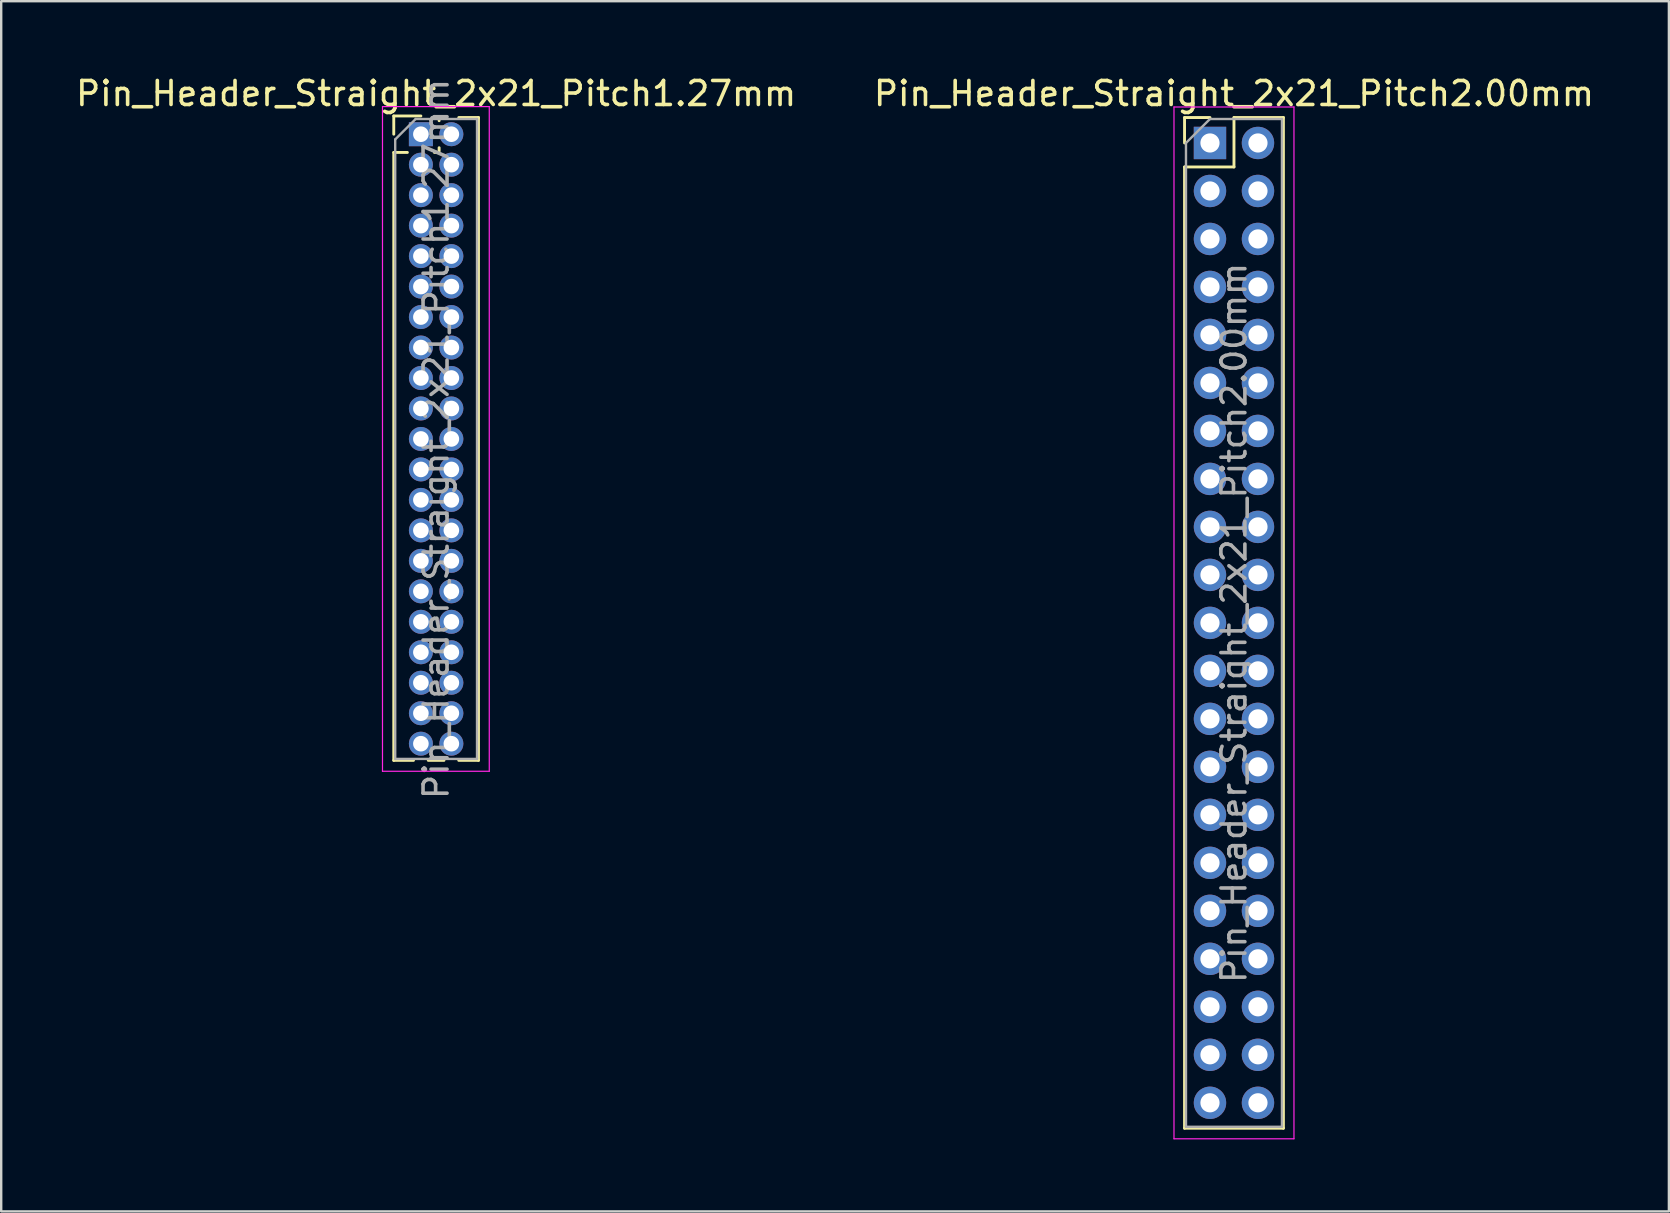
<source format=kicad_pcb>
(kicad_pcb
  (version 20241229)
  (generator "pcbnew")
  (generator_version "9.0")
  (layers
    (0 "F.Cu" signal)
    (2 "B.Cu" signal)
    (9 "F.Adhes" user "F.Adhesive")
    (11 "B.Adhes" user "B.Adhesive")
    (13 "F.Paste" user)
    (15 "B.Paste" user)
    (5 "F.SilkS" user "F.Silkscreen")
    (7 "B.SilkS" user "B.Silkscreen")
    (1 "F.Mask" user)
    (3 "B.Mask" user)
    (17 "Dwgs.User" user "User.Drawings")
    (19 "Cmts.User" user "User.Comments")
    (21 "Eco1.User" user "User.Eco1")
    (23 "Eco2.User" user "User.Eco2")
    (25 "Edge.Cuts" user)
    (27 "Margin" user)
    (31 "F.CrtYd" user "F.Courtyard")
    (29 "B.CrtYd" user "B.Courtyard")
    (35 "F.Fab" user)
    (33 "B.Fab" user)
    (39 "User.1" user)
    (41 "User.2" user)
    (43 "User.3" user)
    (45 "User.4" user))
  (footprint "Pin_Header_Straight_2x21_Pitch2.00mm"
    (layer "F.Cu")
    (at 47.375 2.908)
    (property "Reference" "Pin_Header_Straight_2x21_Pitch2.00mm" (at 1 -2.06 0) (layer "F.SilkS") (effects (font (size 1 1) (thickness 0.15))))
    (attr through_hole)
    (fp_line (start -1.06 -1.06) (end 0 -1.06) (stroke (width 0.12) (type solid)) (layer "F.SilkS"))
    (fp_line (start -1.06 0) (end -1.06 -1.06) (stroke (width 0.12) (type solid)) (layer "F.SilkS"))
    (fp_line (start -1.06 1) (end -1.06 41.06) (stroke (width 0.12) (type solid)) (layer "F.SilkS"))
    (fp_line (start -1.06 1) (end 1 1) (stroke (width 0.12) (type solid)) (layer "F.SilkS"))
    (fp_line (start -1.06 41.06) (end 3.06 41.06) (stroke (width 0.12) (type solid)) (layer "F.SilkS"))
    (fp_line (start 1 -1.06) (end 3.06 -1.06) (stroke (width 0.12) (type solid)) (layer "F.SilkS"))
    (fp_line (start 1 1) (end 1 -1.06) (stroke (width 0.12) (type solid)) (layer "F.SilkS"))
    (fp_line (start 3.06 -1.06) (end 3.06 41.06) (stroke (width 0.12) (type solid)) (layer "F.SilkS"))
    (fp_line (start -1.5 -1.5) (end -1.5 41.5) (stroke (width 0.05) (type solid)) (layer "F.CrtYd"))
    (fp_line (start -1.5 41.5) (end 3.5 41.5) (stroke (width 0.05) (type solid)) (layer "F.CrtYd"))
    (fp_line (start 3.5 -1.5) (end -1.5 -1.5) (stroke (width 0.05) (type solid)) (layer "F.CrtYd"))
    (fp_line (start 3.5 41.5) (end 3.5 -1.5) (stroke (width 0.05) (type solid)) (layer "F.CrtYd"))
    (fp_line (start -1 0) (end 0 -1) (stroke (width 0.1) (type solid)) (layer "F.Fab"))
    (fp_line (start -1 41) (end -1 0) (stroke (width 0.1) (type solid)) (layer "F.Fab"))
    (fp_line (start 0 -1) (end 3 -1) (stroke (width 0.1) (type solid)) (layer "F.Fab"))
    (fp_line (start 3 -1) (end 3 41) (stroke (width 0.1) (type solid)) (layer "F.Fab"))
    (fp_line (start 3 41) (end -1 41) (stroke (width 0.1) (type solid)) (layer "F.Fab"))
    (fp_text user "${REFERENCE}" (at 1 20 90) (layer "F.Fab") (effects (font (size 1 1) (thickness 0.15))))
    (pad "1" thru_hole rect (at 0 0) (size 1.35 1.35) (drill 0.8) (layers "*.Cu" "*.Mask"))
    (pad "2" thru_hole oval (at 2 0) (size 1.35 1.35) (drill 0.8) (layers "*.Cu" "*.Mask"))
    (pad "3" thru_hole oval (at 0 2) (size 1.35 1.35) (drill 0.8) (layers "*.Cu" "*.Mask"))
    (pad "4" thru_hole oval (at 2 2) (size 1.35 1.35) (drill 0.8) (layers "*.Cu" "*.Mask"))
    (pad "5" thru_hole oval (at 0 4) (size 1.35 1.35) (drill 0.8) (layers "*.Cu" "*.Mask"))
    (pad "6" thru_hole oval (at 2 4) (size 1.35 1.35) (drill 0.8) (layers "*.Cu" "*.Mask"))
    (pad "7" thru_hole oval (at 0 6) (size 1.35 1.35) (drill 0.8) (layers "*.Cu" "*.Mask"))
    (pad "8" thru_hole oval (at 2 6) (size 1.35 1.35) (drill 0.8) (layers "*.Cu" "*.Mask"))
    (pad "9" thru_hole oval (at 0 8) (size 1.35 1.35) (drill 0.8) (layers "*.Cu" "*.Mask"))
    (pad "10" thru_hole oval (at 2 8) (size 1.35 1.35) (drill 0.8) (layers "*.Cu" "*.Mask"))
    (pad "11" thru_hole oval (at 0 10) (size 1.35 1.35) (drill 0.8) (layers "*.Cu" "*.Mask"))
    (pad "12" thru_hole oval (at 2 10) (size 1.35 1.35) (drill 0.8) (layers "*.Cu" "*.Mask"))
    (pad "13" thru_hole oval (at 0 12) (size 1.35 1.35) (drill 0.8) (layers "*.Cu" "*.Mask"))
    (pad "14" thru_hole oval (at 2 12) (size 1.35 1.35) (drill 0.8) (layers "*.Cu" "*.Mask"))
    (pad "15" thru_hole oval (at 0 14) (size 1.35 1.35) (drill 0.8) (layers "*.Cu" "*.Mask"))
    (pad "16" thru_hole oval (at 2 14) (size 1.35 1.35) (drill 0.8) (layers "*.Cu" "*.Mask"))
    (pad "17" thru_hole oval (at 0 16) (size 1.35 1.35) (drill 0.8) (layers "*.Cu" "*.Mask"))
    (pad "18" thru_hole oval (at 2 16) (size 1.35 1.35) (drill 0.8) (layers "*.Cu" "*.Mask"))
    (pad "19" thru_hole oval (at 0 18) (size 1.35 1.35) (drill 0.8) (layers "*.Cu" "*.Mask"))
    (pad "20" thru_hole oval (at 2 18) (size 1.35 1.35) (drill 0.8) (layers "*.Cu" "*.Mask"))
    (pad "21" thru_hole oval (at 0 20) (size 1.35 1.35) (drill 0.8) (layers "*.Cu" "*.Mask"))
    (pad "22" thru_hole oval (at 2 20) (size 1.35 1.35) (drill 0.8) (layers "*.Cu" "*.Mask"))
    (pad "23" thru_hole oval (at 0 22) (size 1.35 1.35) (drill 0.8) (layers "*.Cu" "*.Mask"))
    (pad "24" thru_hole oval (at 2 22) (size 1.35 1.35) (drill 0.8) (layers "*.Cu" "*.Mask"))
    (pad "25" thru_hole oval (at 0 24) (size 1.35 1.35) (drill 0.8) (layers "*.Cu" "*.Mask"))
    (pad "26" thru_hole oval (at 2 24) (size 1.35 1.35) (drill 0.8) (layers "*.Cu" "*.Mask"))
    (pad "27" thru_hole oval (at 0 26) (size 1.35 1.35) (drill 0.8) (layers "*.Cu" "*.Mask"))
    (pad "28" thru_hole oval (at 2 26) (size 1.35 1.35) (drill 0.8) (layers "*.Cu" "*.Mask"))
    (pad "29" thru_hole oval (at 0 28) (size 1.35 1.35) (drill 0.8) (layers "*.Cu" "*.Mask"))
    (pad "30" thru_hole oval (at 2 28) (size 1.35 1.35) (drill 0.8) (layers "*.Cu" "*.Mask"))
    (pad "31" thru_hole oval (at 0 30) (size 1.35 1.35) (drill 0.8) (layers "*.Cu" "*.Mask"))
    (pad "32" thru_hole oval (at 2 30) (size 1.35 1.35) (drill 0.8) (layers "*.Cu" "*.Mask"))
    (pad "33" thru_hole oval (at 0 32) (size 1.35 1.35) (drill 0.8) (layers "*.Cu" "*.Mask"))
    (pad "34" thru_hole oval (at 2 32) (size 1.35 1.35) (drill 0.8) (layers "*.Cu" "*.Mask"))
    (pad "35" thru_hole oval (at 0 34) (size 1.35 1.35) (drill 0.8) (layers "*.Cu" "*.Mask"))
    (pad "36" thru_hole oval (at 2 34) (size 1.35 1.35) (drill 0.8) (layers "*.Cu" "*.Mask"))
    (pad "37" thru_hole oval (at 0 36) (size 1.35 1.35) (drill 0.8) (layers "*.Cu" "*.Mask"))
    (pad "38" thru_hole oval (at 2 36) (size 1.35 1.35) (drill 0.8) (layers "*.Cu" "*.Mask"))
    (pad "39" thru_hole oval (at 0 38) (size 1.35 1.35) (drill 0.8) (layers "*.Cu" "*.Mask"))
    (pad "40" thru_hole oval (at 2 38) (size 1.35 1.35) (drill 0.8) (layers "*.Cu" "*.Mask"))
    (pad "41" thru_hole oval (at 0 40) (size 1.35 1.35) (drill 0.8) (layers "*.Cu" "*.Mask"))
    (pad "42" thru_hole oval (at 2 40) (size 1.35 1.35) (drill 0.8) (layers "*.Cu" "*.Mask")))
  (footprint "Pin_Header_Straight_2x21_Pitch1.27mm"
    (layer "F.Cu")
    (at 14.49 2.543)
    (property "Reference" "Pin_Header_Straight_2x21_Pitch1.27mm" (at 0.635 -1.695 0) (layer "F.SilkS") (effects (font (size 1 1) (thickness 0.15))))
    (attr through_hole)
    (fp_line (start -1.13 -0.76) (end 0 -0.76) (stroke (width 0.12) (type solid)) (layer "F.SilkS"))
    (fp_line (start -1.13 0) (end -1.13 -0.76) (stroke (width 0.12) (type solid)) (layer "F.SilkS"))
    (fp_line (start -1.13 0.76) (end -1.13 26.095) (stroke (width 0.12) (type solid)) (layer "F.SilkS"))
    (fp_line (start -1.13 0.76) (end -0.563 0.76) (stroke (width 0.12) (type solid)) (layer "F.SilkS"))
    (fp_line (start -1.13 26.095) (end -0.308 26.095) (stroke (width 0.12) (type solid)) (layer "F.SilkS"))
    (fp_line (start 0.308 26.095) (end 0.962 26.095) (stroke (width 0.12) (type solid)) (layer "F.SilkS"))
    (fp_line (start 0.563 0.76) (end 0.707 0.76) (stroke (width 0.12) (type solid)) (layer "F.SilkS"))
    (fp_line (start 0.76 -0.695) (end 0.962 -0.695) (stroke (width 0.12) (type solid)) (layer "F.SilkS"))
    (fp_line (start 0.76 -0.563) (end 0.76 -0.695) (stroke (width 0.12) (type solid)) (layer "F.SilkS"))
    (fp_line (start 0.76 0.707) (end 0.76 0.563) (stroke (width 0.12) (type solid)) (layer "F.SilkS"))
    (fp_line (start 1.578 -0.695) (end 2.4 -0.695) (stroke (width 0.12) (type solid)) (layer "F.SilkS"))
    (fp_line (start 1.578 26.095) (end 2.4 26.095) (stroke (width 0.12) (type solid)) (layer "F.SilkS"))
    (fp_line (start 2.4 -0.695) (end 2.4 26.095) (stroke (width 0.12) (type solid)) (layer "F.SilkS"))
    (fp_line (start -1.6 -1.15) (end -1.6 26.55) (stroke (width 0.05) (type solid)) (layer "F.CrtYd"))
    (fp_line (start -1.6 26.55) (end 2.85 26.55) (stroke (width 0.05) (type solid)) (layer "F.CrtYd"))
    (fp_line (start 2.85 -1.15) (end -1.6 -1.15) (stroke (width 0.05) (type solid)) (layer "F.CrtYd"))
    (fp_line (start 2.85 26.55) (end 2.85 -1.15) (stroke (width 0.05) (type solid)) (layer "F.CrtYd"))
    (fp_line (start -1.07 0.217) (end -0.217 -0.635) (stroke (width 0.1) (type solid)) (layer "F.Fab"))
    (fp_line (start -1.07 26.035) (end -1.07 0.217) (stroke (width 0.1) (type solid)) (layer "F.Fab"))
    (fp_line (start -0.217 -0.635) (end 2.34 -0.635) (stroke (width 0.1) (type solid)) (layer "F.Fab"))
    (fp_line (start 2.34 -0.635) (end 2.34 26.035) (stroke (width 0.1) (type solid)) (layer "F.Fab"))
    (fp_line (start 2.34 26.035) (end -1.07 26.035) (stroke (width 0.1) (type solid)) (layer "F.Fab"))
    (fp_text user "${REFERENCE}" (at 0.635 12.7 90) (layer "F.Fab") (effects (font (size 1 1) (thickness 0.15))))
    (pad "1" thru_hole rect (at 0 0) (size 1 1) (drill 0.65) (layers "*.Cu" "*.Mask"))
    (pad "2" thru_hole oval (at 1.27 0) (size 1 1) (drill 0.65) (layers "*.Cu" "*.Mask"))
    (pad "3" thru_hole oval (at 0 1.27) (size 1 1) (drill 0.65) (layers "*.Cu" "*.Mask"))
    (pad "4" thru_hole oval (at 1.27 1.27) (size 1 1) (drill 0.65) (layers "*.Cu" "*.Mask"))
    (pad "5" thru_hole oval (at 0 2.54) (size 1 1) (drill 0.65) (layers "*.Cu" "*.Mask"))
    (pad "6" thru_hole oval (at 1.27 2.54) (size 1 1) (drill 0.65) (layers "*.Cu" "*.Mask"))
    (pad "7" thru_hole oval (at 0 3.81) (size 1 1) (drill 0.65) (layers "*.Cu" "*.Mask"))
    (pad "8" thru_hole oval (at 1.27 3.81) (size 1 1) (drill 0.65) (layers "*.Cu" "*.Mask"))
    (pad "9" thru_hole oval (at 0 5.08) (size 1 1) (drill 0.65) (layers "*.Cu" "*.Mask"))
    (pad "10" thru_hole oval (at 1.27 5.08) (size 1 1) (drill 0.65) (layers "*.Cu" "*.Mask"))
    (pad "11" thru_hole oval (at 0 6.35) (size 1 1) (drill 0.65) (layers "*.Cu" "*.Mask"))
    (pad "12" thru_hole oval (at 1.27 6.35) (size 1 1) (drill 0.65) (layers "*.Cu" "*.Mask"))
    (pad "13" thru_hole oval (at 0 7.62) (size 1 1) (drill 0.65) (layers "*.Cu" "*.Mask"))
    (pad "14" thru_hole oval (at 1.27 7.62) (size 1 1) (drill 0.65) (layers "*.Cu" "*.Mask"))
    (pad "15" thru_hole oval (at 0 8.89) (size 1 1) (drill 0.65) (layers "*.Cu" "*.Mask"))
    (pad "16" thru_hole oval (at 1.27 8.89) (size 1 1) (drill 0.65) (layers "*.Cu" "*.Mask"))
    (pad "17" thru_hole oval (at 0 10.16) (size 1 1) (drill 0.65) (layers "*.Cu" "*.Mask"))
    (pad "18" thru_hole oval (at 1.27 10.16) (size 1 1) (drill 0.65) (layers "*.Cu" "*.Mask"))
    (pad "19" thru_hole oval (at 0 11.43) (size 1 1) (drill 0.65) (layers "*.Cu" "*.Mask"))
    (pad "20" thru_hole oval (at 1.27 11.43) (size 1 1) (drill 0.65) (layers "*.Cu" "*.Mask"))
    (pad "21" thru_hole oval (at 0 12.7) (size 1 1) (drill 0.65) (layers "*.Cu" "*.Mask"))
    (pad "22" thru_hole oval (at 1.27 12.7) (size 1 1) (drill 0.65) (layers "*.Cu" "*.Mask"))
    (pad "23" thru_hole oval (at 0 13.97) (size 1 1) (drill 0.65) (layers "*.Cu" "*.Mask"))
    (pad "24" thru_hole oval (at 1.27 13.97) (size 1 1) (drill 0.65) (layers "*.Cu" "*.Mask"))
    (pad "25" thru_hole oval (at 0 15.24) (size 1 1) (drill 0.65) (layers "*.Cu" "*.Mask"))
    (pad "26" thru_hole oval (at 1.27 15.24) (size 1 1) (drill 0.65) (layers "*.Cu" "*.Mask"))
    (pad "27" thru_hole oval (at 0 16.51) (size 1 1) (drill 0.65) (layers "*.Cu" "*.Mask"))
    (pad "28" thru_hole oval (at 1.27 16.51) (size 1 1) (drill 0.65) (layers "*.Cu" "*.Mask"))
    (pad "29" thru_hole oval (at 0 17.78) (size 1 1) (drill 0.65) (layers "*.Cu" "*.Mask"))
    (pad "30" thru_hole oval (at 1.27 17.78) (size 1 1) (drill 0.65) (layers "*.Cu" "*.Mask"))
    (pad "31" thru_hole oval (at 0 19.05) (size 1 1) (drill 0.65) (layers "*.Cu" "*.Mask"))
    (pad "32" thru_hole oval (at 1.27 19.05) (size 1 1) (drill 0.65) (layers "*.Cu" "*.Mask"))
    (pad "33" thru_hole oval (at 0 20.32) (size 1 1) (drill 0.65) (layers "*.Cu" "*.Mask"))
    (pad "34" thru_hole oval (at 1.27 20.32) (size 1 1) (drill 0.65) (layers "*.Cu" "*.Mask"))
    (pad "35" thru_hole oval (at 0 21.59) (size 1 1) (drill 0.65) (layers "*.Cu" "*.Mask"))
    (pad "36" thru_hole oval (at 1.27 21.59) (size 1 1) (drill 0.65) (layers "*.Cu" "*.Mask"))
    (pad "37" thru_hole oval (at 0 22.86) (size 1 1) (drill 0.65) (layers "*.Cu" "*.Mask"))
    (pad "38" thru_hole oval (at 1.27 22.86) (size 1 1) (drill 0.65) (layers "*.Cu" "*.Mask"))
    (pad "39" thru_hole oval (at 0 24.13) (size 1 1) (drill 0.65) (layers "*.Cu" "*.Mask"))
    (pad "40" thru_hole oval (at 1.27 24.13) (size 1 1) (drill 0.65) (layers "*.Cu" "*.Mask"))
    (pad "41" thru_hole oval (at 0 25.4) (size 1 1) (drill 0.65) (layers "*.Cu" "*.Mask"))
    (pad "42" thru_hole oval (at 1.27 25.4) (size 1 1) (drill 0.65) (layers "*.Cu" "*.Mask")))
  (gr_rect
    (start -3 -3)
    (end 66.5 47.433)
    (stroke (width 0.1) (type default))
    (fill no)
    (layer "Edge.Cuts")))
</source>
